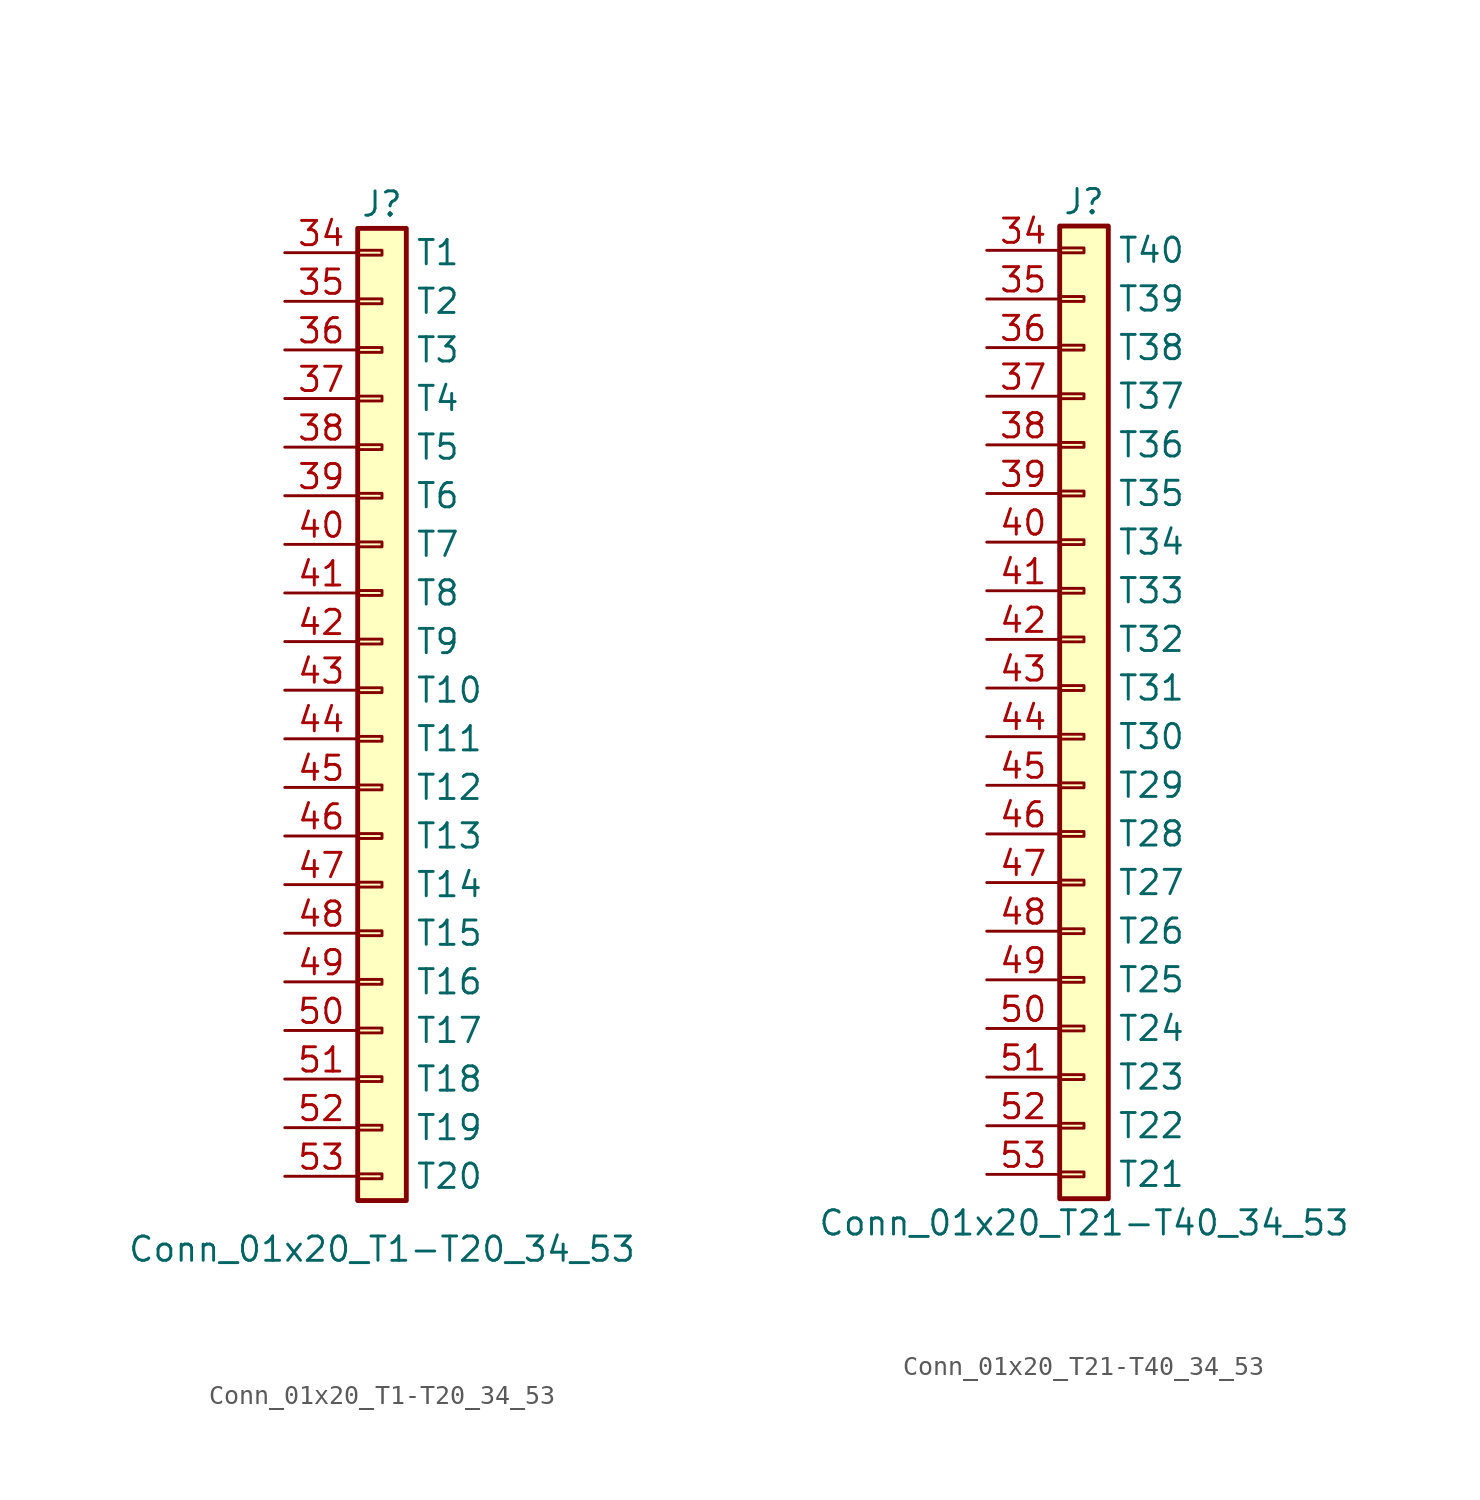
<source format=kicad_sym>
(kicad_symbol_lib
  (version 20211014)
  (generator kicad_symbol_editor)
  (symbol "Conn_01x20_T1-T20_34_53"
    (pin_names
      (offset 2.997))
    (property "Reference" "J"
      (at 0 25.4 0)
      (effects (font (size 1.27 1.27))))
    (property "Value" "Conn_01x20_T1-T20_34_53"
      (at 0 -29.21 0)
      (effects (font (size 1.27 1.27))))
    (symbol "Conn_01x20_T1-T20_34_53_1_1"
      (rectangle (start -1.27 -26.67) (end 1.27 24.13) (stroke (width 0.254) (type default) (color 0 0 0 0)) (fill (type background)))
      (rectangle (start -1.27 -25.527) (end 0 -25.273) (stroke (width 0.152) (type default) (color 0 0 0 0)) (fill (type none)))
      (rectangle (start -1.27 -22.987) (end 0 -22.733) (stroke (width 0.152) (type default) (color 0 0 0 0)) (fill (type none)))
      (rectangle (start -1.27 -20.447) (end 0 -20.193) (stroke (width 0.152) (type default) (color 0 0 0 0)) (fill (type none)))
      (rectangle (start -1.27 -17.907) (end 0 -17.653) (stroke (width 0.152) (type default) (color 0 0 0 0)) (fill (type none)))
      (rectangle (start -1.27 -15.367) (end 0 -15.113) (stroke (width 0.152) (type default) (color 0 0 0 0)) (fill (type none)))
      (rectangle (start -1.27 -12.827) (end 0 -12.573) (stroke (width 0.152) (type default) (color 0 0 0 0)) (fill (type none)))
      (rectangle (start -1.27 -10.287) (end 0 -10.033) (stroke (width 0.152) (type default) (color 0 0 0 0)) (fill (type none)))
      (rectangle (start -1.27 -7.747) (end 0 -7.493) (stroke (width 0.152) (type default) (color 0 0 0 0)) (fill (type none)))
      (rectangle (start -1.27 -5.207) (end 0 -4.953) (stroke (width 0.152) (type default) (color 0 0 0 0)) (fill (type none)))
      (rectangle (start -1.27 -2.667) (end 0 -2.413) (stroke (width 0.152) (type default) (color 0 0 0 0)) (fill (type none)))
      (rectangle (start -1.27 -0.127) (end 0 0.127) (stroke (width 0.152) (type default) (color 0 0 0 0)) (fill (type none)))
      (rectangle (start -1.27 2.413) (end 0 2.667) (stroke (width 0.152) (type default) (color 0 0 0 0)) (fill (type none)))
      (rectangle (start -1.27 4.953) (end 0 5.207) (stroke (width 0.152) (type default) (color 0 0 0 0)) (fill (type none)))
      (rectangle (start -1.27 7.493) (end 0 7.747) (stroke (width 0.152) (type default) (color 0 0 0 0)) (fill (type none)))
      (rectangle (start -1.27 10.033) (end 0 10.287) (stroke (width 0.152) (type default) (color 0 0 0 0)) (fill (type none)))
      (rectangle (start -1.27 12.573) (end 0 12.827) (stroke (width 0.152) (type default) (color 0 0 0 0)) (fill (type none)))
      (rectangle (start -1.27 15.113) (end 0 15.367) (stroke (width 0.152) (type default) (color 0 0 0 0)) (fill (type none)))
      (rectangle (start -1.27 17.653) (end 0 17.907) (stroke (width 0.152) (type default) (color 0 0 0 0)) (fill (type none)))
      (rectangle (start -1.27 20.193) (end 0 20.447) (stroke (width 0.152) (type default) (color 0 0 0 0)) (fill (type none)))
      (rectangle (start -1.27 22.733) (end 0 22.987) (stroke (width 0.152) (type default) (color 0 0 0 0)) (fill (type none)))
      (pin passive line (at -5.08 22.86 0) (length 3.81) (name "T1" (effects (font (size 1.27 1.27)))) (number "34" (effects (font (size 1.27 1.27)))))
      (pin passive line (at -5.08 20.32 0) (length 3.81) (name "T2" (effects (font (size 1.27 1.27)))) (number "35" (effects (font (size 1.27 1.27)))))
      (pin passive line (at -5.08 17.78 0) (length 3.81) (name "T3" (effects (font (size 1.27 1.27)))) (number "36" (effects (font (size 1.27 1.27)))))
      (pin passive line (at -5.08 15.24 0) (length 3.81) (name "T4" (effects (font (size 1.27 1.27)))) (number "37" (effects (font (size 1.27 1.27)))))
      (pin passive line (at -5.08 12.7 0) (length 3.81) (name "T5" (effects (font (size 1.27 1.27)))) (number "38" (effects (font (size 1.27 1.27)))))
      (pin passive line (at -5.08 10.16 0) (length 3.81) (name "T6" (effects (font (size 1.27 1.27)))) (number "39" (effects (font (size 1.27 1.27)))))
      (pin passive line (at -5.08 7.62 0) (length 3.81) (name "T7" (effects (font (size 1.27 1.27)))) (number "40" (effects (font (size 1.27 1.27)))))
      (pin passive line (at -5.08 5.08 0) (length 3.81) (name "T8" (effects (font (size 1.27 1.27)))) (number "41" (effects (font (size 1.27 1.27)))))
      (pin passive line (at -5.08 2.54 0) (length 3.81) (name "T9" (effects (font (size 1.27 1.27)))) (number "42" (effects (font (size 1.27 1.27)))))
      (pin passive line (at -5.08 0 0) (length 3.81) (name "T10" (effects (font (size 1.27 1.27)))) (number "43" (effects (font (size 1.27 1.27)))))
      (pin passive line (at -5.08 -2.54 0) (length 3.81) (name "T11" (effects (font (size 1.27 1.27)))) (number "44" (effects (font (size 1.27 1.27)))))
      (pin passive line (at -5.08 -5.08 0) (length 3.81) (name "T12" (effects (font (size 1.27 1.27)))) (number "45" (effects (font (size 1.27 1.27)))))
      (pin passive line (at -5.08 -7.62 0) (length 3.81) (name "T13" (effects (font (size 1.27 1.27)))) (number "46" (effects (font (size 1.27 1.27)))))
      (pin passive line (at -5.08 -10.16 0) (length 3.81) (name "T14" (effects (font (size 1.27 1.27)))) (number "47" (effects (font (size 1.27 1.27)))))
      (pin passive line (at -5.08 -12.7 0) (length 3.81) (name "T15" (effects (font (size 1.27 1.27)))) (number "48" (effects (font (size 1.27 1.27)))))
      (pin passive line (at -5.08 -15.24 0) (length 3.81) (name "T16" (effects (font (size 1.27 1.27)))) (number "49" (effects (font (size 1.27 1.27)))))
      (pin passive line (at -5.08 -17.78 0) (length 3.81) (name "T17" (effects (font (size 1.27 1.27)))) (number "50" (effects (font (size 1.27 1.27)))))
      (pin passive line (at -5.08 -20.32 0) (length 3.81) (name "T18" (effects (font (size 1.27 1.27)))) (number "51" (effects (font (size 1.27 1.27)))))
      (pin passive line (at -5.08 -22.86 0) (length 3.81) (name "T19" (effects (font (size 1.27 1.27)))) (number "52" (effects (font (size 1.27 1.27)))))
      (pin passive line (at -5.08 -25.4 0) (length 3.81) (name "T20" (effects (font (size 1.27 1.27)))) (number "53" (effects (font (size 1.27 1.27)))))))
  (symbol "Conn_01x20_T21-T40_34_53"
    (pin_names
      (offset 2.997))
    (property "Reference" "J"
      (at 0 25.4 0)
      (effects (font (size 1.27 1.27))))
    (property "Value" "Conn_01x20_T21-T40_34_53"
      (at 0 -27.94 0)
      (effects (font (size 1.27 1.27))))
    (symbol "Conn_01x20_T21-T40_34_53_1_1"
      (rectangle (start -1.27 -25.527) (end 0 -25.273) (stroke (width 0.152) (type default) (color 0 0 0 0)) (fill (type none)))
      (rectangle (start -1.27 -22.987) (end 0 -22.733) (stroke (width 0.152) (type default) (color 0 0 0 0)) (fill (type none)))
      (rectangle (start -1.27 -20.447) (end 0 -20.193) (stroke (width 0.152) (type default) (color 0 0 0 0)) (fill (type none)))
      (rectangle (start -1.27 -17.907) (end 0 -17.653) (stroke (width 0.152) (type default) (color 0 0 0 0)) (fill (type none)))
      (rectangle (start -1.27 -15.367) (end 0 -15.113) (stroke (width 0.152) (type default) (color 0 0 0 0)) (fill (type none)))
      (rectangle (start -1.27 -12.827) (end 0 -12.573) (stroke (width 0.152) (type default) (color 0 0 0 0)) (fill (type none)))
      (rectangle (start -1.27 -10.287) (end 0 -10.033) (stroke (width 0.152) (type default) (color 0 0 0 0)) (fill (type none)))
      (rectangle (start -1.27 -7.747) (end 0 -7.493) (stroke (width 0.152) (type default) (color 0 0 0 0)) (fill (type none)))
      (rectangle (start -1.27 -5.207) (end 0 -4.953) (stroke (width 0.152) (type default) (color 0 0 0 0)) (fill (type none)))
      (rectangle (start -1.27 -2.667) (end 0 -2.413) (stroke (width 0.152) (type default) (color 0 0 0 0)) (fill (type none)))
      (rectangle (start -1.27 -0.127) (end 0 0.127) (stroke (width 0.152) (type default) (color 0 0 0 0)) (fill (type none)))
      (rectangle (start -1.27 2.413) (end 0 2.667) (stroke (width 0.152) (type default) (color 0 0 0 0)) (fill (type none)))
      (rectangle (start -1.27 4.953) (end 0 5.207) (stroke (width 0.152) (type default) (color 0 0 0 0)) (fill (type none)))
      (rectangle (start -1.27 7.493) (end 0 7.747) (stroke (width 0.152) (type default) (color 0 0 0 0)) (fill (type none)))
      (rectangle (start -1.27 10.033) (end 0 10.287) (stroke (width 0.152) (type default) (color 0 0 0 0)) (fill (type none)))
      (rectangle (start -1.27 12.573) (end 0 12.827) (stroke (width 0.152) (type default) (color 0 0 0 0)) (fill (type none)))
      (rectangle (start -1.27 15.113) (end 0 15.367) (stroke (width 0.152) (type default) (color 0 0 0 0)) (fill (type none)))
      (rectangle (start -1.27 17.653) (end 0 17.907) (stroke (width 0.152) (type default) (color 0 0 0 0)) (fill (type none)))
      (rectangle (start -1.27 20.193) (end 0 20.447) (stroke (width 0.152) (type default) (color 0 0 0 0)) (fill (type none)))
      (rectangle (start -1.27 22.733) (end 0 22.987) (stroke (width 0.152) (type default) (color 0 0 0 0)) (fill (type none)))
      (rectangle (start -1.27 24.13) (end 1.27 -26.67) (stroke (width 0.254) (type default) (color 0 0 0 0)) (fill (type background)))
      (pin passive line (at -5.08 22.86 0) (length 3.81) (name "T40" (effects (font (size 1.27 1.27)))) (number "34" (effects (font (size 1.27 1.27)))))
      (pin passive line (at -5.08 20.32 0) (length 3.81) (name "T39" (effects (font (size 1.27 1.27)))) (number "35" (effects (font (size 1.27 1.27)))))
      (pin passive line (at -5.08 17.78 0) (length 3.81) (name "T38" (effects (font (size 1.27 1.27)))) (number "36" (effects (font (size 1.27 1.27)))))
      (pin passive line (at -5.08 15.24 0) (length 3.81) (name "T37" (effects (font (size 1.27 1.27)))) (number "37" (effects (font (size 1.27 1.27)))))
      (pin passive line (at -5.08 12.7 0) (length 3.81) (name "T36" (effects (font (size 1.27 1.27)))) (number "38" (effects (font (size 1.27 1.27)))))
      (pin passive line (at -5.08 10.16 0) (length 3.81) (name "T35" (effects (font (size 1.27 1.27)))) (number "39" (effects (font (size 1.27 1.27)))))
      (pin passive line (at -5.08 7.62 0) (length 3.81) (name "T34" (effects (font (size 1.27 1.27)))) (number "40" (effects (font (size 1.27 1.27)))))
      (pin passive line (at -5.08 5.08 0) (length 3.81) (name "T33" (effects (font (size 1.27 1.27)))) (number "41" (effects (font (size 1.27 1.27)))))
      (pin passive line (at -5.08 2.54 0) (length 3.81) (name "T32" (effects (font (size 1.27 1.27)))) (number "42" (effects (font (size 1.27 1.27)))))
      (pin passive line (at -5.08 0 0) (length 3.81) (name "T31" (effects (font (size 1.27 1.27)))) (number "43" (effects (font (size 1.27 1.27)))))
      (pin passive line (at -5.08 -2.54 0) (length 3.81) (name "T30" (effects (font (size 1.27 1.27)))) (number "44" (effects (font (size 1.27 1.27)))))
      (pin passive line (at -5.08 -5.08 0) (length 3.81) (name "T29" (effects (font (size 1.27 1.27)))) (number "45" (effects (font (size 1.27 1.27)))))
      (pin passive line (at -5.08 -7.62 0) (length 3.81) (name "T28" (effects (font (size 1.27 1.27)))) (number "46" (effects (font (size 1.27 1.27)))))
      (pin passive line (at -5.08 -10.16 0) (length 3.81) (name "T27" (effects (font (size 1.27 1.27)))) (number "47" (effects (font (size 1.27 1.27)))))
      (pin passive line (at -5.08 -12.7 0) (length 3.81) (name "T26" (effects (font (size 1.27 1.27)))) (number "48" (effects (font (size 1.27 1.27)))))
      (pin passive line (at -5.08 -15.24 0) (length 3.81) (name "T25" (effects (font (size 1.27 1.27)))) (number "49" (effects (font (size 1.27 1.27)))))
      (pin passive line (at -5.08 -17.78 0) (length 3.81) (name "T24" (effects (font (size 1.27 1.27)))) (number "50" (effects (font (size 1.27 1.27)))))
      (pin passive line (at -5.08 -20.32 0) (length 3.81) (name "T23" (effects (font (size 1.27 1.27)))) (number "51" (effects (font (size 1.27 1.27)))))
      (pin passive line (at -5.08 -22.86 0) (length 3.81) (name "T22" (effects (font (size 1.27 1.27)))) (number "52" (effects (font (size 1.27 1.27)))))
      (pin passive line (at -5.08 -25.4 0) (length 3.81) (name "T21" (effects (font (size 1.27 1.27)))) (number "53" (effects (font (size 1.27 1.27))))))))
</source>
